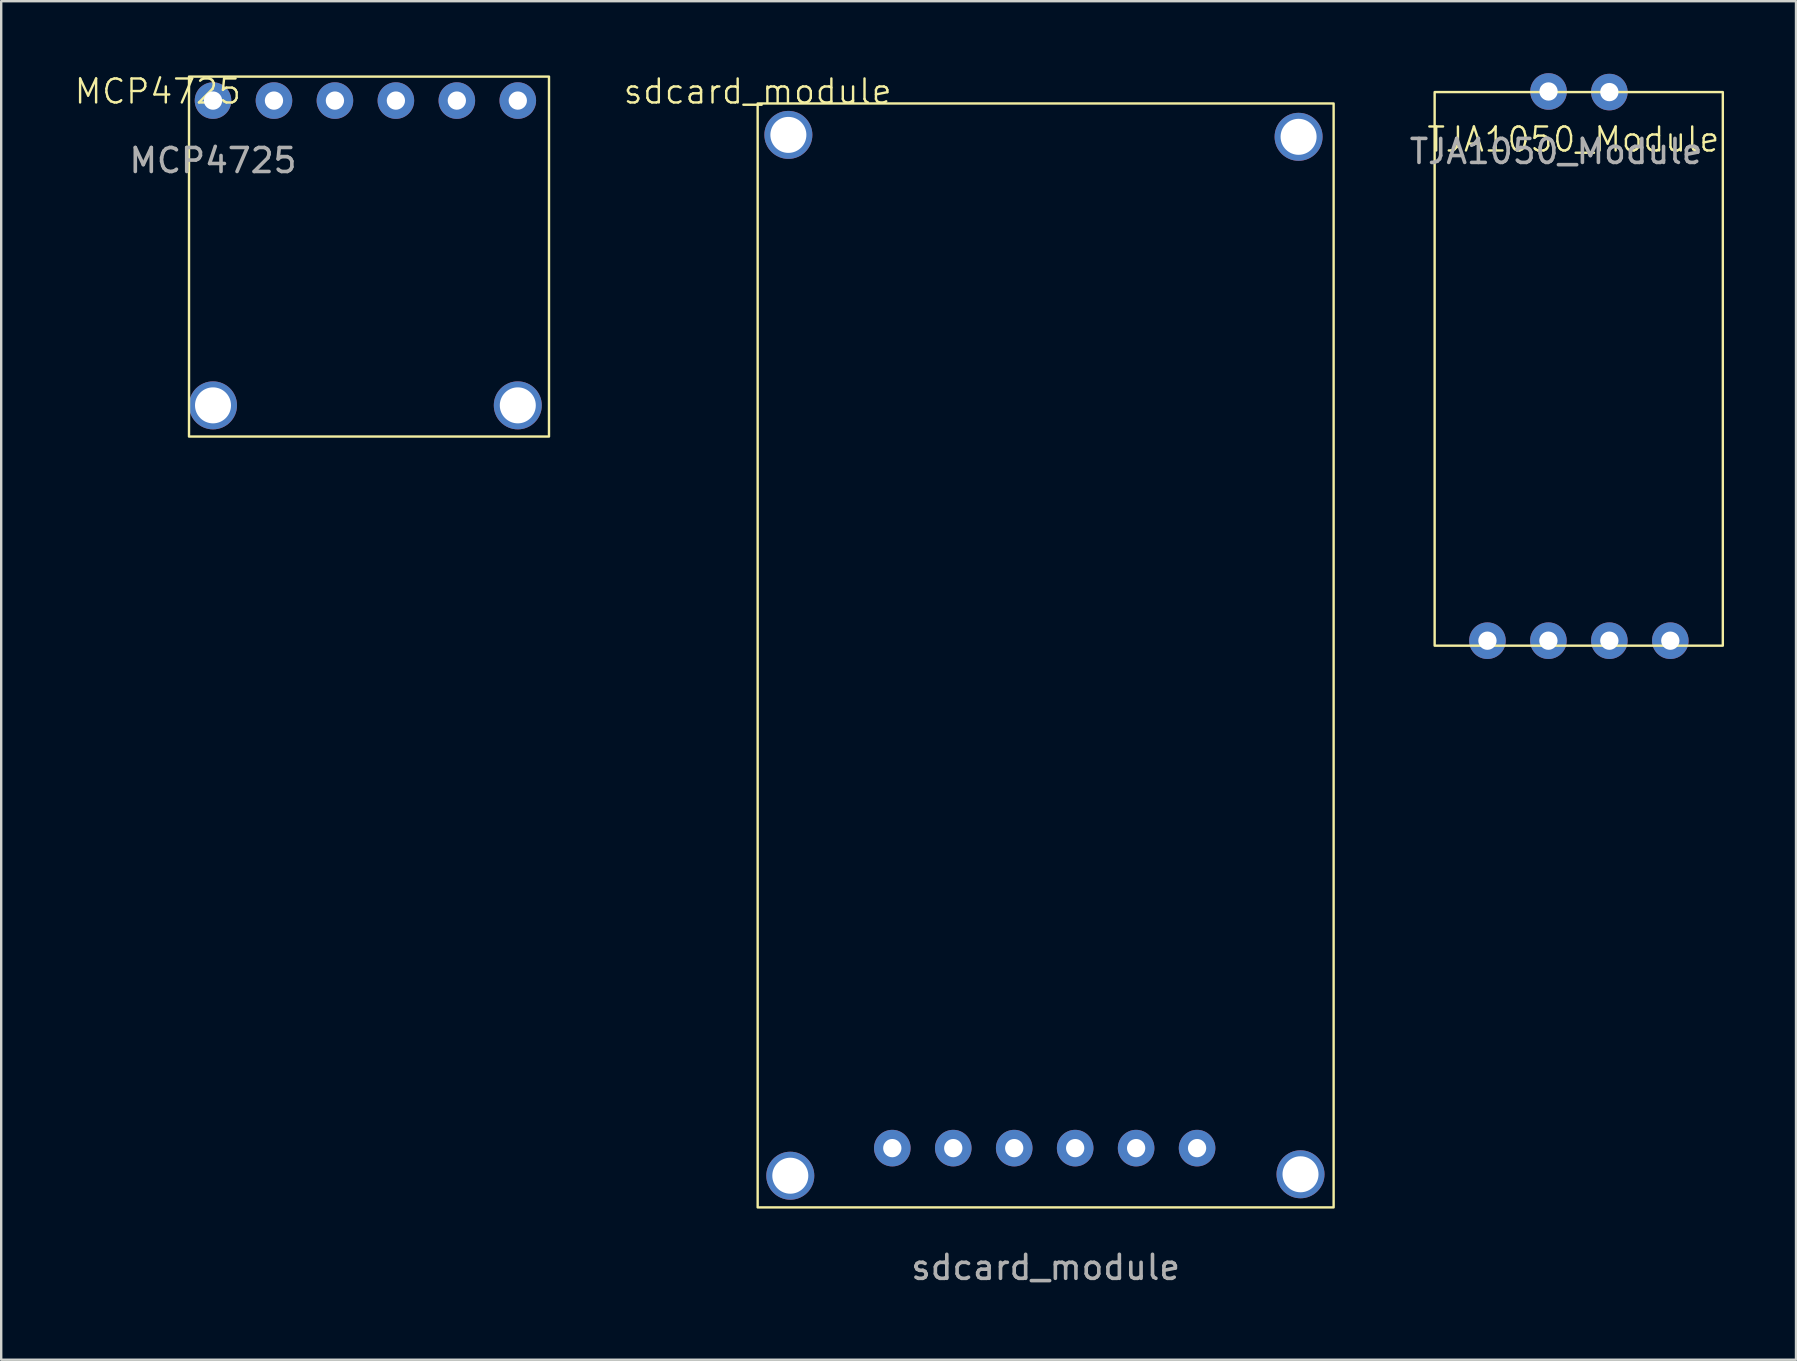
<source format=kicad_pcb>
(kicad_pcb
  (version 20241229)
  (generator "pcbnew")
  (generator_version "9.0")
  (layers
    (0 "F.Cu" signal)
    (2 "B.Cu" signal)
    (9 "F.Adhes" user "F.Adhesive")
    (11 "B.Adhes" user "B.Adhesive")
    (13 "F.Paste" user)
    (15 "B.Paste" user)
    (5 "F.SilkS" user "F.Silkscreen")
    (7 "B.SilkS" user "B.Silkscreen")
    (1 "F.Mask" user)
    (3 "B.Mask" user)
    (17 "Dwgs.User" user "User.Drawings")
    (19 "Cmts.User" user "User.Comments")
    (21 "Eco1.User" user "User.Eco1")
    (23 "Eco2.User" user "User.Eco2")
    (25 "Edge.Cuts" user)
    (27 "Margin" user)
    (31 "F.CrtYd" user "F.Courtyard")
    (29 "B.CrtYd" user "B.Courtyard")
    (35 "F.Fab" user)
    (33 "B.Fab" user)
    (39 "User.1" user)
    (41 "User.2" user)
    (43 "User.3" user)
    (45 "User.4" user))
  (footprint "TJA1050_Module"
    (layer "F.Cu")
    (at 61.47 0.787)
    (property "Reference" "TJA1050_Module" (at 1.04 1.975 0) (unlocked yes) (layer "F.SilkS") (effects (font (size 1 1) (thickness 0.1))))
    (attr through_hole)
    (fp_rect (start -4.74 0) (end 7.268 23.068) (stroke (width 0.1) (type default)) (fill no) (layer "F.SilkS"))
    (fp_text user "${REFERENCE}" (at 0.322 2.475 0) (unlocked yes) (layer "F.Fab") (effects (font (size 1 1) (thickness 0.15))))
    (pad "1" thru_hole circle (at 0.006 -0.025) (size 1.524 1.524) (drill 0.762) (layers "*.Cu" "*.Mask"))
    (pad "2" thru_hole circle (at 2.54 0) (size 1.524 1.524) (drill 0.762) (layers "*.Cu" "*.Mask"))
    (pad "3" thru_hole circle (at -2.54 22.86 90) (size 1.524 1.524) (drill 0.762) (layers "*.Cu" "*.Mask"))
    (pad "4" thru_hole circle (at 0 22.86) (size 1.524 1.524) (drill 0.762) (layers "*.Cu" "*.Mask"))
    (pad "5" thru_hole circle (at 2.54 22.86) (size 1.524 1.524) (drill 0.762) (layers "*.Cu" "*.Mask"))
    (pad "6" thru_hole circle (at 5.08 22.86) (size 1.524 1.524) (drill 0.762) (layers "*.Cu" "*.Mask")))
  (footprint "sdcard_module"
    (layer "F.Cu")
    (at 40.521 47.261)
    (property "Reference" "sdcard_module" (at -12 -46.5 0) (unlocked yes) (layer "F.SilkS") (effects (font (size 1 1) (thickness 0.1))))
    (attr through_hole)
    (fp_rect (start -12 -46) (end 12 0) (stroke (width 0.1) (type default)) (fill no) (layer "F.SilkS"))
    (fp_text user "${REFERENCE}" (at 0 2.5 0) (unlocked yes) (layer "F.Fab") (effects (font (size 1 1) (thickness 0.15))))
    (pad "" thru_hole circle (at -10.72 -44.69 270) (size 2 2) (drill 1.5) (layers "*.Cu" "*.Mask"))
    (pad "" thru_hole circle (at -10.64 -1.32 270) (size 2 2) (drill 1.5) (layers "*.Cu" "*.Mask"))
    (pad "" thru_hole circle (at 10.54 -44.61 270) (size 2 2) (drill 1.5) (layers "*.Cu" "*.Mask"))
    (pad "" thru_hole circle (at 10.62 -1.38 270) (size 2 2) (drill 1.5) (layers "*.Cu" "*.Mask"))
    (pad "1" thru_hole circle (at -6.39 -2.47) (size 1.524 1.524) (drill 0.762) (layers "*.Cu" "*.Mask"))
    (pad "2" thru_hole circle (at -3.85 -2.47) (size 1.524 1.524) (drill 0.762) (layers "*.Cu" "*.Mask"))
    (pad "3" thru_hole circle (at -1.31 -2.47) (size 1.524 1.524) (drill 0.762) (layers "*.Cu" "*.Mask"))
    (pad "4" thru_hole circle (at 1.23 -2.47) (size 1.524 1.524) (drill 0.762) (layers "*.Cu" "*.Mask"))
    (pad "5" thru_hole circle (at 3.77 -2.47) (size 1.524 1.524) (drill 0.762) (layers "*.Cu" "*.Mask"))
    (pad "6" thru_hole circle (at 6.31 -2.47) (size 1.524 1.524) (drill 0.762) (layers "*.Cu" "*.Mask")))
  (footprint "MCP4725"
    (layer "F.Cu")
    (at 5.826 1.141)
    (property "Reference" "MCP4725" (at -2.3 -0.38 0) (unlocked yes) (layer "F.SilkS") (effects (font (size 1 1) (thickness 0.1))))
    (attr through_hole)
    (fp_rect (start -1 -1) (end 14 14) (stroke (width 0.1) (type default)) (fill no) (layer "F.SilkS"))
    (fp_text user "${REFERENCE}" (at 0 2.5 0) (unlocked yes) (layer "F.Fab") (effects (font (size 1 1) (thickness 0.15))))
    (pad "" thru_hole circle (at 0 12.7) (size 2 2) (drill 1.5) (layers "*.Cu" "*.Mask"))
    (pad "" thru_hole circle (at 12.7 12.7) (size 2 2) (drill 1.5) (layers "*.Cu" "*.Mask"))
    (pad "1" thru_hole circle (at 0 0) (size 1.524 1.524) (drill 0.762) (layers "*.Cu" "*.Mask"))
    (pad "2" thru_hole circle (at 2.54 0) (size 1.524 1.524) (drill 0.762) (layers "*.Cu" "*.Mask"))
    (pad "3" thru_hole circle (at 5.08 0) (size 1.524 1.524) (drill 0.762) (layers "*.Cu" "*.Mask"))
    (pad "4" thru_hole circle (at 7.62 0) (size 1.524 1.524) (drill 0.762) (layers "*.Cu" "*.Mask"))
    (pad "5" thru_hole circle (at 10.16 0) (size 1.524 1.524) (drill 0.762) (layers "*.Cu" "*.Mask"))
    (pad "6" thru_hole circle (at 12.7 0) (size 1.524 1.524) (drill 0.762) (layers "*.Cu" "*.Mask")))
  (gr_rect
    (start -3 -3)
    (end 71.788 53.609)
    (stroke (width 0.1) (type default))
    (fill no)
    (layer "Edge.Cuts")))
</source>
